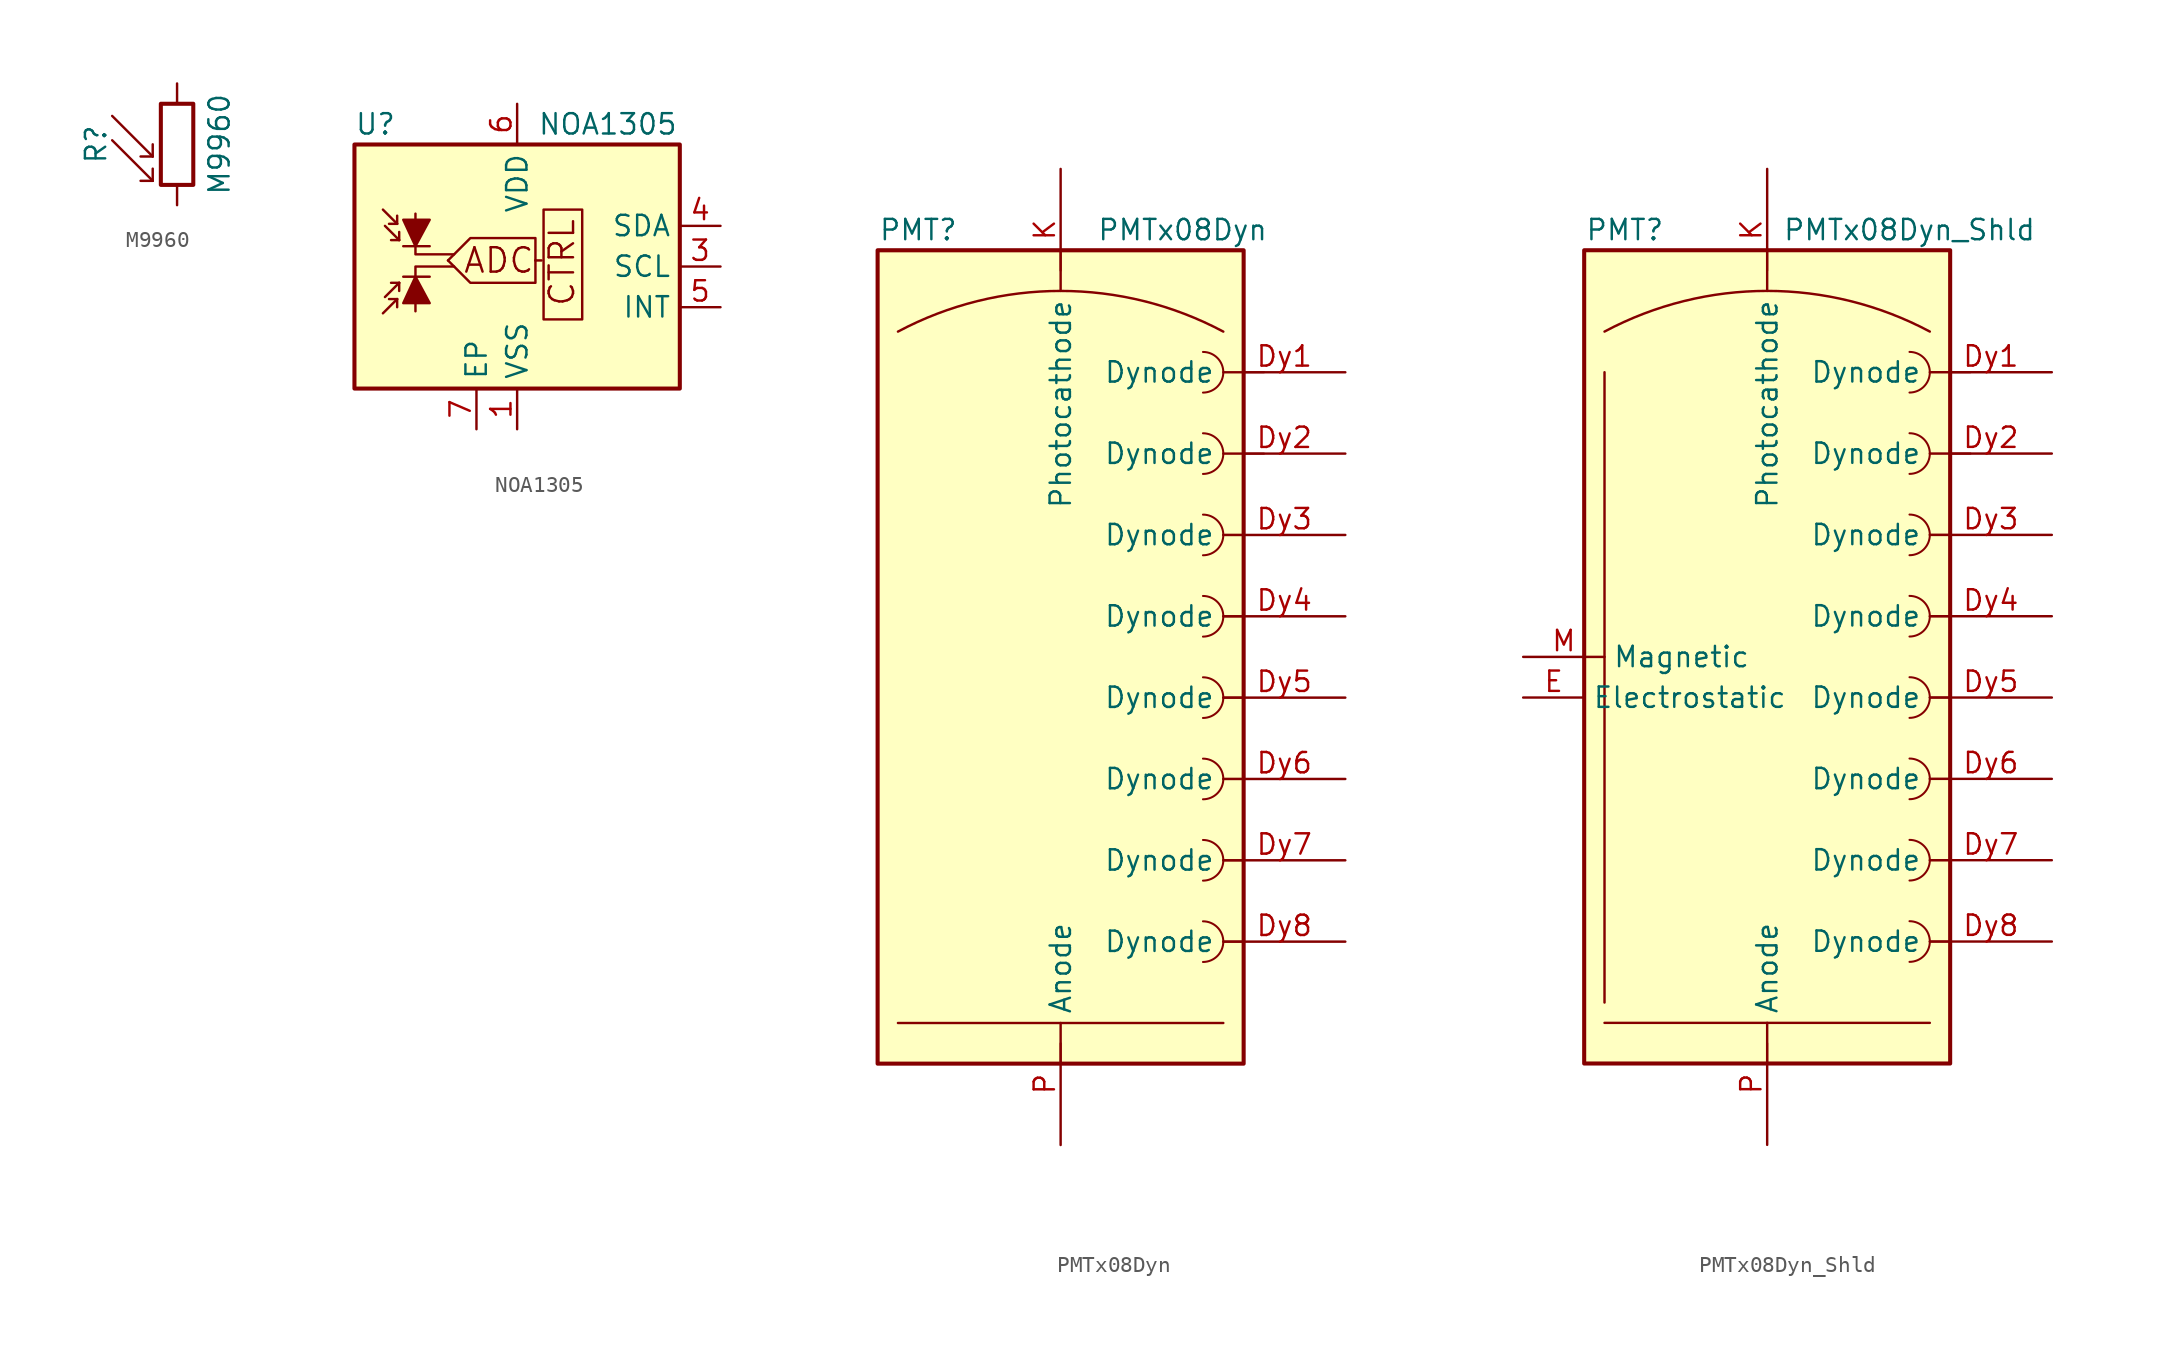
<source format=kicad_sym>
(kicad_symbol_lib
  (version 20201005)
  (generator kicad_symbol_editor)
  (symbol "Sensor_Optical:M9960"
    (pin_numbers hide)
    (pin_names
      (offset 0))
    (property "Reference" "R"
      (at -5.08 0 90)
      (effects (font (size 1.27 1.27))))
    (property "Value" "M9960"
      (at 1.905 0 90)
      (effects (font (size 1.27 1.27)) (justify top)))
    (symbol "M9960_0_1"
      (rectangle (start -1.016 2.54) (end 1.016 -2.54) (stroke (width 0.254)) (fill (type none)))
      (polyline (pts (xy -1.524 -2.286) (xy -4.064 0.254)) (stroke (width 0)) (fill (type none)))
      (polyline (pts (xy -1.524 -2.286) (xy -2.286 -2.286)) (stroke (width 0)) (fill (type none)))
      (polyline (pts (xy -1.524 -2.286) (xy -1.524 -1.524)) (stroke (width 0)) (fill (type none)))
      (polyline (pts (xy -1.524 -0.762) (xy -4.064 1.778)) (stroke (width 0)) (fill (type none)))
      (polyline (pts (xy -1.524 -0.762) (xy -2.286 -0.762)) (stroke (width 0)) (fill (type none)))
      (polyline (pts (xy -1.524 -0.762) (xy -1.524 0)) (stroke (width 0)) (fill (type none))))
    (symbol "M9960_1_1"
      (pin passive line (at 0 3.81 270) (length 1.27) (name "~" (effects (font (size 1.27 1.27)))) (number "1" (effects (font (size 1.27 1.27)))))
      (pin passive line (at 0 -3.81 90) (length 1.27) (name "~" (effects (font (size 1.27 1.27)))) (number "2" (effects (font (size 1.27 1.27)))))))
  (symbol "Sensor_Optical:NOA1305"
    (property "Reference" "U"
      (at -10.16 8.89 0)
      (effects (font (size 1.27 1.27)) (justify left)))
    (property "Value" "NOA1305"
      (at 1.27 8.89 0)
      (effects (font (size 1.27 1.27)) (justify left)))
    (symbol "NOA1305_0_0"
      (text "ADC" (at -1.143 0.381 0) (effects (font (size 1.524 1.524))))
      (text "CTRL" (at 2.794 0.254 900) (effects (font (size 1.524 1.524))))
      (rectangle (start 1.651 3.556) (end 4.064 -3.302) (stroke (width 0)) (fill (type none)))
      (polyline (pts (xy 1.143 0.381) (xy 1.524 0.381)) (stroke (width 0)) (fill (type none)))
      (polyline (pts (xy -6.35 -2.794) (xy -6.35 0) (xy -3.937 0)) (stroke (width 0)) (fill (type none)))
      (polyline (pts (xy -6.35 3.302) (xy -6.35 0.762) (xy -3.937 0.762)) (stroke (width 0)) (fill (type none)))
      (polyline (pts (xy -4.318 0.381) (xy -2.921 -1.016) (xy 1.143 -1.016) (xy 1.143 0.381)) (stroke (width 0)) (fill (type none)))
      (polyline (pts (xy -4.318 0.381) (xy -2.921 1.778) (xy 1.143 1.778) (xy 1.143 0.381)) (stroke (width 0)) (fill (type none))))
    (symbol "NOA1305_0_1"
      (rectangle (start 10.16 7.62) (end -10.16 -7.62) (stroke (width 0.254)) (fill (type background)))
      (polyline (pts (xy -7.493 -2.032) (xy -8.382 -2.921)) (stroke (width 0)) (fill (type none)))
      (polyline (pts (xy -7.493 -2.032) (xy -8.001 -2.032)) (stroke (width 0)) (fill (type none)))
      (polyline (pts (xy -7.493 -2.032) (xy -7.493 -2.54)) (stroke (width 0)) (fill (type none)))
      (polyline (pts (xy -7.493 2.667) (xy -8.382 3.556)) (stroke (width 0)) (fill (type none)))
      (polyline (pts (xy -7.493 2.667) (xy -8.001 2.667)) (stroke (width 0)) (fill (type none)))
      (polyline (pts (xy -7.493 2.667) (xy -7.493 3.175)) (stroke (width 0)) (fill (type none)))
      (polyline (pts (xy -7.366 -1.016) (xy -8.255 -1.905)) (stroke (width 0)) (fill (type none)))
      (polyline (pts (xy -7.366 -1.016) (xy -7.874 -1.016)) (stroke (width 0)) (fill (type none)))
      (polyline (pts (xy -7.366 -1.016) (xy -7.366 -1.524)) (stroke (width 0)) (fill (type none)))
      (polyline (pts (xy -7.366 1.651) (xy -8.255 2.54)) (stroke (width 0)) (fill (type none)))
      (polyline (pts (xy -7.366 1.651) (xy -7.874 1.651)) (stroke (width 0)) (fill (type none)))
      (polyline (pts (xy -7.366 1.651) (xy -7.366 2.159)) (stroke (width 0)) (fill (type none)))
      (polyline (pts (xy -7.112 -0.635) (xy -5.461 -0.635)) (stroke (width 0)) (fill (type none)))
      (polyline (pts (xy -7.112 1.27) (xy -5.461 1.27)) (stroke (width 0)) (fill (type none)))
      (polyline (pts (xy -7.112 -2.286) (xy -5.461 -2.286) (xy -6.35 -0.635) (xy -7.112 -2.286)) (stroke (width 0)) (fill (type outline)))
      (polyline (pts (xy -7.112 2.921) (xy -5.461 2.921) (xy -6.35 1.27) (xy -7.112 2.921)) (stroke (width 0)) (fill (type outline))))
    (symbol "NOA1305_1_1"
      (pin power_in line (at 0 -10.16 90) (length 2.54) (name "VSS" (effects (font (size 1.27 1.27)))) (number "1" (effects (font (size 1.27 1.27)))))
      (pin no_connect line (at -10.16 5.08 0) (length 2.54) hide (name "NC" (effects (font (size 1.27 1.27)))) (number "2" (effects (font (size 1.27 1.27)))))
      (pin input line (at 12.7 0 180) (length 2.54) (name "SCL" (effects (font (size 1.27 1.27)))) (number "3" (effects (font (size 1.27 1.27)))))
      (pin bidirectional line (at 12.7 2.54 180) (length 2.54) (name "SDA" (effects (font (size 1.27 1.27)))) (number "4" (effects (font (size 1.27 1.27)))))
      (pin open_collector line (at 12.7 -2.54 180) (length 2.54) (name "INT" (effects (font (size 1.27 1.27)))) (number "5" (effects (font (size 1.27 1.27)))))
      (pin power_in line (at 0 10.16 270) (length 2.54) (name "VDD" (effects (font (size 1.27 1.27)))) (number "6" (effects (font (size 1.27 1.27)))))
      (pin passive line (at -2.54 -10.16 90) (length 2.54) (name "EP" (effects (font (size 1.27 1.27)))) (number "7" (effects (font (size 1.27 1.27)))))))
  (symbol "Sensor_Optical:PMTx08Dyn"
    (property "Reference" "PMT"
      (at -8.89 26.67 0)
      (effects (font (size 1.27 1.27))))
    (property "Value" "PMTx08Dyn"
      (at 7.62 26.67 0)
      (effects (font (size 1.27 1.27))))
    (symbol "PMTx08Dyn_0_1"
      (arc (start -10.16 20.32) (end 10.16 20.32) (radius (at 0 1.27) (length 21.59) (angles 118.1 61.9)) (stroke (width 0)) (fill (type none)))
      (arc (start 8.89 -19.05) (end 8.89 -16.51) (radius (at 8.89 -17.78) (length 1.27) (angles -89.9 89.9)) (stroke (width 0.127)) (fill (type none)))
      (arc (start 8.89 -13.97) (end 8.89 -11.43) (radius (at 8.89 -12.7) (length 1.27) (angles -89.9 89.9)) (stroke (width 0.127)) (fill (type none)))
      (arc (start 8.89 -8.89) (end 8.89 -6.35) (radius (at 8.89 -7.62) (length 1.27) (angles -89.9 89.9)) (stroke (width 0.127)) (fill (type none)))
      (arc (start 8.89 -3.81) (end 8.89 -1.27) (radius (at 8.89 -2.54) (length 1.27) (angles -89.9 89.9)) (stroke (width 0.127)) (fill (type none)))
      (arc (start 8.89 1.27) (end 8.89 3.81) (radius (at 8.89 2.54) (length 1.27) (angles -89.9 89.9)) (stroke (width 0.127)) (fill (type none)))
      (arc (start 8.89 6.35) (end 8.89 8.89) (radius (at 8.89 7.62) (length 1.27) (angles -89.9 89.9)) (stroke (width 0.127)) (fill (type none)))
      (arc (start 8.89 11.43) (end 8.89 13.97) (radius (at 8.89 12.7) (length 1.27) (angles -89.9 89.9)) (stroke (width 0.127)) (fill (type none)))
      (arc (start 8.89 16.51) (end 8.89 19.05) (radius (at 8.89 17.78) (length 1.27) (angles -89.9 89.9)) (stroke (width 0.127)) (fill (type none)))
      (rectangle (start 11.43 -25.4) (end -11.43 25.4) (stroke (width 0.254)) (fill (type background)))
      (polyline (pts (xy 0 -25.4) (xy 0 -24.13)) (stroke (width 0.127)) (fill (type none)))
      (polyline (pts (xy 0 25.4) (xy 0 24.13)) (stroke (width 0.127)) (fill (type none)))
      (polyline (pts (xy 10.16 -22.86) (xy -10.16 -22.86)) (stroke (width 0)) (fill (type none)))
      (polyline (pts (xy 11.43 -17.78) (xy 10.16 -17.78)) (stroke (width 0.127)) (fill (type none)))
      (polyline (pts (xy 11.43 -12.7) (xy 10.16 -12.7)) (stroke (width 0.127)) (fill (type none)))
      (polyline (pts (xy 11.43 -7.62) (xy 10.16 -7.62)) (stroke (width 0.127)) (fill (type none)))
      (polyline (pts (xy 11.43 -2.54) (xy 10.16 -2.54)) (stroke (width 0.127)) (fill (type none)))
      (polyline (pts (xy 11.43 2.54) (xy 10.16 2.54)) (stroke (width 0.127)) (fill (type none)))
      (polyline (pts (xy 11.43 7.62) (xy 10.16 7.62)) (stroke (width 0.127)) (fill (type none)))
      (polyline (pts (xy 12.7 12.7) (xy 11.43 12.7)) (stroke (width 0.127)) (fill (type none)))
      (polyline (pts (xy 12.7 17.78) (xy 11.43 17.78)) (stroke (width 0.127)) (fill (type none))))
    (symbol "PMTx08Dyn_1_1"
      (pin passive line (at 17.78 17.78 180) (length 7.62) (name "Dynode" (effects (font (size 1.27 1.27)))) (number "Dy1" (effects (font (size 1.27 1.27)))))
      (pin passive line (at 17.78 12.7 180) (length 7.62) (name "Dynode" (effects (font (size 1.27 1.27)))) (number "Dy2" (effects (font (size 1.27 1.27)))))
      (pin passive line (at 17.78 7.62 180) (length 7.62) (name "Dynode" (effects (font (size 1.27 1.27)))) (number "Dy3" (effects (font (size 1.27 1.27)))))
      (pin passive line (at 17.78 2.54 180) (length 7.62) (name "Dynode" (effects (font (size 1.27 1.27)))) (number "Dy4" (effects (font (size 1.27 1.27)))))
      (pin passive line (at 17.78 -2.54 180) (length 7.62) (name "Dynode" (effects (font (size 1.27 1.27)))) (number "Dy5" (effects (font (size 1.27 1.27)))))
      (pin passive line (at 17.78 -7.62 180) (length 7.62) (name "Dynode" (effects (font (size 1.27 1.27)))) (number "Dy6" (effects (font (size 1.27 1.27)))))
      (pin passive line (at 17.78 -12.7 180) (length 7.62) (name "Dynode" (effects (font (size 1.27 1.27)))) (number "Dy7" (effects (font (size 1.27 1.27)))))
      (pin passive line (at 17.78 -17.78 180) (length 7.62) (name "Dynode" (effects (font (size 1.27 1.27)))) (number "Dy8" (effects (font (size 1.27 1.27)))))
      (pin passive line (at 0 30.48 270) (length 7.62) (name "Photocathode" (effects (font (size 1.27 1.27)))) (number "K" (effects (font (size 1.27 1.27)))))
      (pin passive line (at 0 -30.48 90) (length 7.62) (name "Anode" (effects (font (size 1.27 1.27)))) (number "P" (effects (font (size 1.27 1.27)))))))
  (symbol "Sensor_Optical:PMTx08Dyn_Shld"
    (property "Reference" "PMT"
      (at -8.89 26.67 0)
      (effects (font (size 1.27 1.27))))
    (property "Value" "PMTx08Dyn_Shld"
      (at 8.89 26.67 0)
      (effects (font (size 1.27 1.27))))
    (symbol "PMTx08Dyn_Shld_0_1"
      (arc (start -10.16 20.32) (end 10.16 20.32) (radius (at 0 1.27) (length 21.59) (angles 118.1 61.9)) (stroke (width 0)) (fill (type none)))
      (arc (start 8.89 -19.05) (end 8.89 -16.51) (radius (at 8.89 -17.78) (length 1.27) (angles -89.9 89.9)) (stroke (width 0.127)) (fill (type none)))
      (arc (start 8.89 -13.97) (end 8.89 -11.43) (radius (at 8.89 -12.7) (length 1.27) (angles -89.9 89.9)) (stroke (width 0.127)) (fill (type none)))
      (arc (start 8.89 -8.89) (end 8.89 -6.35) (radius (at 8.89 -7.62) (length 1.27) (angles -89.9 89.9)) (stroke (width 0.127)) (fill (type none)))
      (arc (start 8.89 -3.81) (end 8.89 -1.27) (radius (at 8.89 -2.54) (length 1.27) (angles -89.9 89.9)) (stroke (width 0.127)) (fill (type none)))
      (arc (start 8.89 1.27) (end 8.89 3.81) (radius (at 8.89 2.54) (length 1.27) (angles -89.9 89.9)) (stroke (width 0.127)) (fill (type none)))
      (arc (start 8.89 6.35) (end 8.89 8.89) (radius (at 8.89 7.62) (length 1.27) (angles -89.9 89.9)) (stroke (width 0.127)) (fill (type none)))
      (arc (start 8.89 11.43) (end 8.89 13.97) (radius (at 8.89 12.7) (length 1.27) (angles -89.9 89.9)) (stroke (width 0.127)) (fill (type none)))
      (arc (start 8.89 16.51) (end 8.89 19.05) (radius (at 8.89 17.78) (length 1.27) (angles -89.9 89.9)) (stroke (width 0.127)) (fill (type none)))
      (rectangle (start 11.43 -25.4) (end -11.43 25.4) (stroke (width 0.254)) (fill (type background)))
      (polyline (pts (xy -10.16 17.78) (xy -10.16 -21.59)) (stroke (width 0)) (fill (type none)))
      (polyline (pts (xy 0 -25.4) (xy 0 -24.13)) (stroke (width 0.127)) (fill (type none)))
      (polyline (pts (xy 0 25.4) (xy 0 24.13)) (stroke (width 0.127)) (fill (type none)))
      (polyline (pts (xy 10.16 -22.86) (xy -10.16 -22.86)) (stroke (width 0)) (fill (type none)))
      (polyline (pts (xy 11.43 -17.78) (xy 10.16 -17.78)) (stroke (width 0.127)) (fill (type none)))
      (polyline (pts (xy 11.43 -12.7) (xy 10.16 -12.7)) (stroke (width 0.127)) (fill (type none)))
      (polyline (pts (xy 11.43 -7.62) (xy 10.16 -7.62)) (stroke (width 0.127)) (fill (type none)))
      (polyline (pts (xy 11.43 -2.54) (xy 10.16 -2.54)) (stroke (width 0.127)) (fill (type none)))
      (polyline (pts (xy 11.43 2.54) (xy 10.16 2.54)) (stroke (width 0.127)) (fill (type none)))
      (polyline (pts (xy 11.43 7.62) (xy 10.16 7.62)) (stroke (width 0.127)) (fill (type none)))
      (polyline (pts (xy 12.7 12.7) (xy 11.43 12.7)) (stroke (width 0.127)) (fill (type none)))
      (polyline (pts (xy 12.7 17.78) (xy 11.43 17.78)) (stroke (width 0.127)) (fill (type none))))
    (symbol "PMTx08Dyn_Shld_1_1"
      (pin passive line (at 17.78 17.78 180) (length 7.62) (name "Dynode" (effects (font (size 1.27 1.27)))) (number "Dy1" (effects (font (size 1.27 1.27)))))
      (pin passive line (at 17.78 12.7 180) (length 7.62) (name "Dynode" (effects (font (size 1.27 1.27)))) (number "Dy2" (effects (font (size 1.27 1.27)))))
      (pin passive line (at 17.78 7.62 180) (length 7.62) (name "Dynode" (effects (font (size 1.27 1.27)))) (number "Dy3" (effects (font (size 1.27 1.27)))))
      (pin passive line (at 17.78 2.54 180) (length 7.62) (name "Dynode" (effects (font (size 1.27 1.27)))) (number "Dy4" (effects (font (size 1.27 1.27)))))
      (pin passive line (at 17.78 -2.54 180) (length 7.62) (name "Dynode" (effects (font (size 1.27 1.27)))) (number "Dy5" (effects (font (size 1.27 1.27)))))
      (pin passive line (at 17.78 -7.62 180) (length 7.62) (name "Dynode" (effects (font (size 1.27 1.27)))) (number "Dy6" (effects (font (size 1.27 1.27)))))
      (pin passive line (at 17.78 -12.7 180) (length 7.62) (name "Dynode" (effects (font (size 1.27 1.27)))) (number "Dy7" (effects (font (size 1.27 1.27)))))
      (pin passive line (at 17.78 -17.78 180) (length 7.62) (name "Dynode" (effects (font (size 1.27 1.27)))) (number "Dy8" (effects (font (size 1.27 1.27)))))
      (pin passive line (at -15.24 -2.54 0) (length 3.81) (name "Electrostatic" (effects (font (size 1.27 1.27)))) (number "E" (effects (font (size 1.27 1.27)))))
      (pin passive line (at 0 30.48 270) (length 7.62) (name "Photocathode" (effects (font (size 1.27 1.27)))) (number "K" (effects (font (size 1.27 1.27)))))
      (pin passive line (at -15.24 0 0) (length 5.08) (name "Magnetic" (effects (font (size 1.27 1.27)))) (number "M" (effects (font (size 1.27 1.27)))))
      (pin passive line (at 0 -30.48 90) (length 7.62) (name "Anode" (effects (font (size 1.27 1.27)))) (number "P" (effects (font (size 1.27 1.27))))))))
</source>
